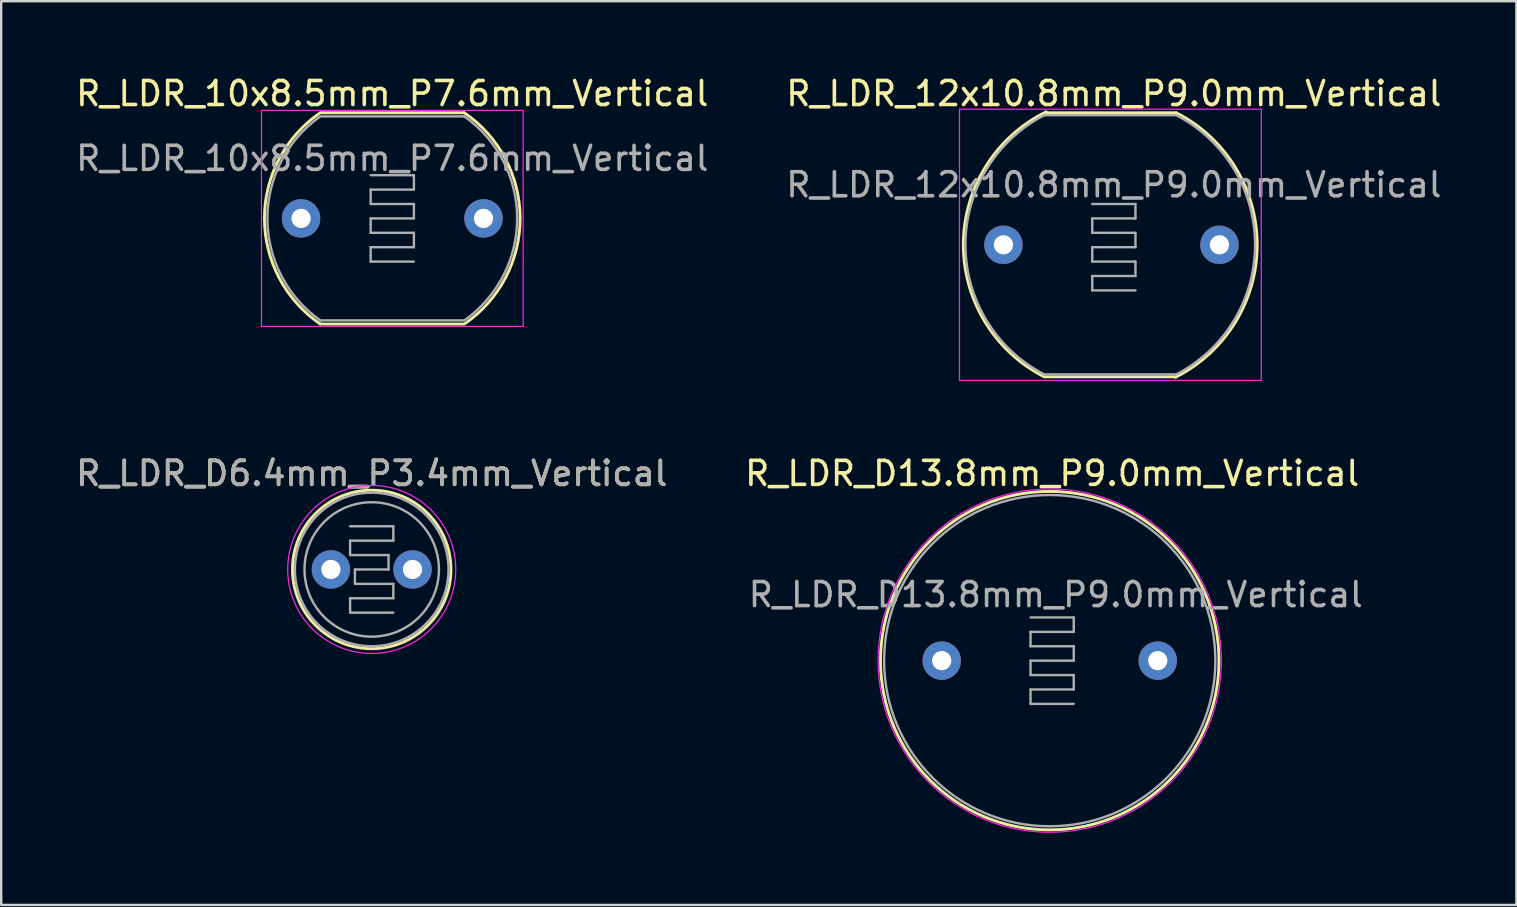
<source format=kicad_pcb>
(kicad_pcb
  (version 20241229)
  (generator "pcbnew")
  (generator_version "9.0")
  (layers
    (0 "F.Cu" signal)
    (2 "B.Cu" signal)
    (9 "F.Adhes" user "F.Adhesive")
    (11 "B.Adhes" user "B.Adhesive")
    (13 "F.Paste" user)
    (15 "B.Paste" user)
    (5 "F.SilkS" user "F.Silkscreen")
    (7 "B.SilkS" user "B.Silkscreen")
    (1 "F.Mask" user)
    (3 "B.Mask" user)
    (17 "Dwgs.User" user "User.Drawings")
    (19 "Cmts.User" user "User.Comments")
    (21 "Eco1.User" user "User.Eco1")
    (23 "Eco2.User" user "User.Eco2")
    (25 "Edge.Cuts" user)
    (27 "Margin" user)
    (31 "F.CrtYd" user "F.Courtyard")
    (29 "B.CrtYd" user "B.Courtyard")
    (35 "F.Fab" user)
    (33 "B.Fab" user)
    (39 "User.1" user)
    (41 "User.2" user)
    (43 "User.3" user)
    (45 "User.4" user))
  (footprint "R_LDR_10x8.5mm_P7.6mm_Vertical"
    (layer "F.Cu")
    (at 9.492 6.048)
    (property "Reference" "R_LDR_10x8.5mm_P7.6mm_Vertical" (at 3.8 -5.2 0) (layer "F.SilkS") (effects (font (size 1 1) (thickness 0.15))))
    (attr through_hole)
    (fp_line (start 0.8 -4.4) (end 6.8 -4.4) (stroke (width 0.12) (type solid)) (layer "F.SilkS"))
    (fp_line (start 0.8 4.4) (end 6.8 4.4) (stroke (width 0.12) (type solid)) (layer "F.SilkS"))
    (fp_arc (start 0.8 4.4) (mid -1.525374 0.019809) (end 0.76735 -4.37756) (stroke (width 0.12) (type solid)) (layer "F.SilkS"))
    (fp_arc (start 6.8 -4.4) (mid 9.125374 -0.019809) (end 6.83265 4.37756) (stroke (width 0.12) (type solid)) (layer "F.SilkS"))
    (fp_line (start -1.65 -4.5) (end -1.65 4.5) (stroke (width 0.05) (type solid)) (layer "F.CrtYd"))
    (fp_line (start -1.65 -4.5) (end 9.25 -4.5) (stroke (width 0.05) (type solid)) (layer "F.CrtYd"))
    (fp_line (start 9.25 4.5) (end -1.65 4.5) (stroke (width 0.05) (type solid)) (layer "F.CrtYd"))
    (fp_line (start 9.25 4.5) (end 9.25 -4.5) (stroke (width 0.05) (type solid)) (layer "F.CrtYd"))
    (fp_line (start 0.8 -4.25) (end 6.8 -4.25) (stroke (width 0.1) (type solid)) (layer "F.Fab"))
    (fp_line (start 2.9 -1.8) (end 4.7 -1.8) (stroke (width 0.1) (type solid)) (layer "F.Fab"))
    (fp_line (start 2.9 -1.2) (end 2.9 -0.6) (stroke (width 0.1) (type solid)) (layer "F.Fab"))
    (fp_line (start 2.9 -0.6) (end 4.7 -0.6) (stroke (width 0.1) (type solid)) (layer "F.Fab"))
    (fp_line (start 2.9 0) (end 2.9 0.6) (stroke (width 0.1) (type solid)) (layer "F.Fab"))
    (fp_line (start 2.9 0.6) (end 4.7 0.6) (stroke (width 0.1) (type solid)) (layer "F.Fab"))
    (fp_line (start 2.9 1.2) (end 2.9 1.8) (stroke (width 0.1) (type solid)) (layer "F.Fab"))
    (fp_line (start 2.9 1.8) (end 4.7 1.8) (stroke (width 0.1) (type solid)) (layer "F.Fab"))
    (fp_line (start 4.7 -1.8) (end 4.7 -1.2) (stroke (width 0.1) (type solid)) (layer "F.Fab"))
    (fp_line (start 4.7 -1.2) (end 2.9 -1.2) (stroke (width 0.1) (type solid)) (layer "F.Fab"))
    (fp_line (start 4.7 -0.6) (end 4.7 0) (stroke (width 0.1) (type solid)) (layer "F.Fab"))
    (fp_line (start 4.7 0) (end 2.9 0) (stroke (width 0.1) (type solid)) (layer "F.Fab"))
    (fp_line (start 4.7 0.6) (end 4.7 1.2) (stroke (width 0.1) (type solid)) (layer "F.Fab"))
    (fp_line (start 4.7 1.2) (end 2.9 1.2) (stroke (width 0.1) (type solid)) (layer "F.Fab"))
    (fp_line (start 6.8 4.25) (end 0.8 4.25) (stroke (width 0.1) (type solid)) (layer "F.Fab"))
    (fp_arc (start 0.8 4.25) (mid -1.4021 0.025641) (end 0.758251 -4.22022) (stroke (width 0.1) (type solid)) (layer "F.Fab"))
    (fp_arc (start 6.8 -4.25) (mid 9.0021 -0.025641) (end 6.841749 4.22022) (stroke (width 0.1) (type solid)) (layer "F.Fab"))
    (fp_text user "${REFERENCE}" (at 3.8 -2.5 0) (layer "F.Fab") (effects (font (size 1 1) (thickness 0.15))))
    (pad "1" thru_hole circle (at 0 0) (size 1.6 1.6) (drill 0.8) (layers "*.Cu" "*.Mask"))
    (pad "2" thru_hole circle (at 7.6 0) (size 1.6 1.6) (drill 0.8) (layers "*.Cu" "*.Mask")))
  (footprint "R_LDR_D6.4mm_P3.4mm_Vertical"
    (layer "F.Cu")
    (at 10.735 20.672)
    (property "Reference" "R_LDR_D6.4mm_P3.4mm_Vertical" (at 1.7 -4 0) (layer "F.SilkS") (effects (font (size 1 1) (thickness 0.15))))
    (attr through_hole)
    (fp_circle (center 1.7 0) (end 5 -0.1) (stroke (width 0.12) (type solid)) (fill no) (layer "F.SilkS"))
    (fp_circle (center 1.7 0) (end 5.2 0) (stroke (width 0.05) (type solid)) (fill no) (layer "F.CrtYd"))
    (fp_line (start 0.8 -1.8) (end 2.6 -1.8) (stroke (width 0.1) (type solid)) (layer "F.Fab"))
    (fp_line (start 0.8 -1.2) (end 0.8 -0.6) (stroke (width 0.1) (type solid)) (layer "F.Fab"))
    (fp_line (start 0.8 1.2) (end 0.8 1.8) (stroke (width 0.1) (type solid)) (layer "F.Fab"))
    (fp_line (start 0.8 1.8) (end 2.6 1.8) (stroke (width 0.1) (type solid)) (layer "F.Fab"))
    (fp_line (start 1 0) (end 2.4 0) (stroke (width 0.1) (type solid)) (layer "F.Fab"))
    (fp_line (start 1 0.6) (end 1 0) (stroke (width 0.1) (type solid)) (layer "F.Fab"))
    (fp_line (start 2.4 -0.6) (end 0.8 -0.6) (stroke (width 0.1) (type solid)) (layer "F.Fab"))
    (fp_line (start 2.4 0) (end 2.4 -0.6) (stroke (width 0.1) (type solid)) (layer "F.Fab"))
    (fp_line (start 2.6 -1.8) (end 2.6 -1.2) (stroke (width 0.1) (type solid)) (layer "F.Fab"))
    (fp_line (start 2.6 -1.2) (end 0.8 -1.2) (stroke (width 0.1) (type solid)) (layer "F.Fab"))
    (fp_line (start 2.6 0.6) (end 1 0.6) (stroke (width 0.1) (type solid)) (layer "F.Fab"))
    (fp_line (start 2.6 0.6) (end 2.6 1.2) (stroke (width 0.1) (type solid)) (layer "F.Fab"))
    (fp_line (start 2.6 1.2) (end 0.8 1.2) (stroke (width 0.1) (type solid)) (layer "F.Fab"))
    (fp_circle (center 1.7 0) (end 4.5 0) (stroke (width 0.1) (type solid)) (fill no) (layer "F.Fab"))
    (fp_circle (center 1.7 0) (end 4.9 0) (stroke (width 0.1) (type solid)) (fill no) (layer "F.Fab"))
    (fp_text user "${REFERENCE}" (at 1.7 -4 0) (layer "F.Fab") (effects (font (size 1 1) (thickness 0.15))))
    (pad "1" thru_hole circle (at 0 0) (size 1.6 1.6) (drill 0.8) (layers "*.Cu" "*.Mask"))
    (pad "2" thru_hole circle (at 3.4 0) (size 1.6 1.6) (drill 0.8) (layers "*.Cu" "*.Mask")))
  (footprint "R_LDR_12x10.8mm_P9.0mm_Vertical"
    (layer "F.Cu")
    (at 38.751 7.148)
    (property "Reference" "R_LDR_12x10.8mm_P9.0mm_Vertical" (at 4.6 -6.3 0) (layer "F.SilkS") (effects (font (size 1 1) (thickness 0.15))))
    (attr through_hole)
    (fp_line (start 1.8 -5.5) (end 7.2 -5.5) (stroke (width 0.12) (type solid)) (layer "F.SilkS"))
    (fp_line (start 7.2 5.5) (end 1.7 5.5) (stroke (width 0.12) (type solid)) (layer "F.SilkS"))
    (fp_arc (start 1.7 5.5) (mid -1.671546 -0.044886) (end 1.780295 -5.540145) (stroke (width 0.12) (type solid)) (layer "F.SilkS"))
    (fp_arc (start 7.2 -5.5) (mid 10.571669 0.022361) (end 7.160072 5.520145) (stroke (width 0.12) (type solid)) (layer "F.SilkS"))
    (fp_line (start -1.83 -5.65) (end -1.83 5.65) (stroke (width 0.05) (type solid)) (layer "F.CrtYd"))
    (fp_line (start -1.83 -5.65) (end 10.74 -5.65) (stroke (width 0.05) (type solid)) (layer "F.CrtYd"))
    (fp_line (start 10.74 5.65) (end -1.83 5.65) (stroke (width 0.05) (type solid)) (layer "F.CrtYd"))
    (fp_line (start 10.74 5.65) (end 10.74 -5.65) (stroke (width 0.05) (type solid)) (layer "F.CrtYd"))
    (fp_line (start 1.7 -5.4) (end 7.2 -5.4) (stroke (width 0.1) (type solid)) (layer "F.Fab"))
    (fp_line (start 3.7 -1.7) (end 5.5 -1.7) (stroke (width 0.1) (type solid)) (layer "F.Fab"))
    (fp_line (start 3.7 -1.1) (end 3.7 -0.5) (stroke (width 0.1) (type solid)) (layer "F.Fab"))
    (fp_line (start 3.7 -0.5) (end 5.5 -0.5) (stroke (width 0.1) (type solid)) (layer "F.Fab"))
    (fp_line (start 3.7 0.1) (end 3.7 0.7) (stroke (width 0.1) (type solid)) (layer "F.Fab"))
    (fp_line (start 3.7 0.7) (end 5.5 0.7) (stroke (width 0.1) (type solid)) (layer "F.Fab"))
    (fp_line (start 3.7 1.3) (end 3.7 1.9) (stroke (width 0.1) (type solid)) (layer "F.Fab"))
    (fp_line (start 3.7 1.9) (end 5.5 1.9) (stroke (width 0.1) (type solid)) (layer "F.Fab"))
    (fp_line (start 5.5 -1.7) (end 5.5 -1.1) (stroke (width 0.1) (type solid)) (layer "F.Fab"))
    (fp_line (start 5.5 -1.1) (end 3.7 -1.1) (stroke (width 0.1) (type solid)) (layer "F.Fab"))
    (fp_line (start 5.5 -0.5) (end 5.5 0.1) (stroke (width 0.1) (type solid)) (layer "F.Fab"))
    (fp_line (start 5.5 0.1) (end 3.7 0.1) (stroke (width 0.1) (type solid)) (layer "F.Fab"))
    (fp_line (start 5.5 0.7) (end 5.5 1.3) (stroke (width 0.1) (type solid)) (layer "F.Fab"))
    (fp_line (start 5.5 1.3) (end 3.7 1.3) (stroke (width 0.1) (type solid)) (layer "F.Fab"))
    (fp_line (start 7.2 5.4) (end 1.7 5.4) (stroke (width 0.1) (type solid)) (layer "F.Fab"))
    (fp_arc (start 1.7 5.4) (mid -1.582763 0) (end 1.7 -5.4) (stroke (width 0.1) (type solid)) (layer "F.Fab"))
    (fp_arc (start 7.2 -5.4) (mid 10.482763 0) (end 7.2 5.4) (stroke (width 0.1) (type solid)) (layer "F.Fab"))
    (fp_text user "${REFERENCE}" (at 4.6 -2.5 0) (layer "F.Fab") (effects (font (size 1 1) (thickness 0.15))))
    (pad "1" thru_hole circle (at 0 0) (size 1.6 1.6) (drill 0.8) (layers "*.Cu" "*.Mask"))
    (pad "2" thru_hole circle (at 9 0) (size 1.6 1.6) (drill 0.8) (layers "*.Cu" "*.Mask")))
  (footprint "R_LDR_D13.8mm_P9.0mm_Vertical"
    (layer "F.Cu")
    (at 36.18 24.471)
    (property "Reference" "R_LDR_D13.8mm_P9.0mm_Vertical" (at 4.6 -7.8 0) (layer "F.SilkS") (effects (font (size 1 1) (thickness 0.15))))
    (attr through_hole)
    (fp_circle (center 4.5 0) (end -2.55 0) (stroke (width 0.12) (type solid)) (fill no) (layer "F.SilkS"))
    (fp_circle (center 4.5 0) (end -2.65 0) (stroke (width 0.05) (type solid)) (fill no) (layer "F.CrtYd"))
    (fp_line (start 3.7 -1.8) (end 5.5 -1.8) (stroke (width 0.1) (type solid)) (layer "F.Fab"))
    (fp_line (start 3.7 -1.2) (end 3.7 -0.6) (stroke (width 0.1) (type solid)) (layer "F.Fab"))
    (fp_line (start 3.7 -0.6) (end 5.5 -0.6) (stroke (width 0.1) (type solid)) (layer "F.Fab"))
    (fp_line (start 3.7 0) (end 3.7 0.6) (stroke (width 0.1) (type solid)) (layer "F.Fab"))
    (fp_line (start 3.7 0.6) (end 5.5 0.6) (stroke (width 0.1) (type solid)) (layer "F.Fab"))
    (fp_line (start 3.7 1.2) (end 3.7 1.8) (stroke (width 0.1) (type solid)) (layer "F.Fab"))
    (fp_line (start 3.7 1.8) (end 5.5 1.8) (stroke (width 0.1) (type solid)) (layer "F.Fab"))
    (fp_line (start 5.5 -1.8) (end 5.5 -1.2) (stroke (width 0.1) (type solid)) (layer "F.Fab"))
    (fp_line (start 5.5 -1.2) (end 3.7 -1.2) (stroke (width 0.1) (type solid)) (layer "F.Fab"))
    (fp_line (start 5.5 -0.6) (end 5.5 0) (stroke (width 0.1) (type solid)) (layer "F.Fab"))
    (fp_line (start 5.5 0) (end 3.7 0) (stroke (width 0.1) (type solid)) (layer "F.Fab"))
    (fp_line (start 5.5 0.6) (end 5.5 1.2) (stroke (width 0.1) (type solid)) (layer "F.Fab"))
    (fp_line (start 5.5 1.2) (end 3.7 1.2) (stroke (width 0.1) (type solid)) (layer "F.Fab"))
    (fp_circle (center 4.5 0) (end -2.4 0) (stroke (width 0.1) (type solid)) (fill no) (layer "F.Fab"))
    (fp_text user "${REFERENCE}" (at 4.75 -2.75 0) (layer "F.Fab") (effects (font (size 1 1) (thickness 0.15))))
    (pad "1" thru_hole circle (at 0 0) (size 1.6 1.6) (drill 0.8) (layers "*.Cu" "*.Mask"))
    (pad "2" thru_hole circle (at 9 0) (size 1.6 1.6) (drill 0.8) (layers "*.Cu" "*.Mask")))
  (gr_rect
    (start -3 -3)
    (end 60.119 34.647)
    (stroke (width 0.1) (type default))
    (fill no)
    (layer "Edge.Cuts")))
</source>
